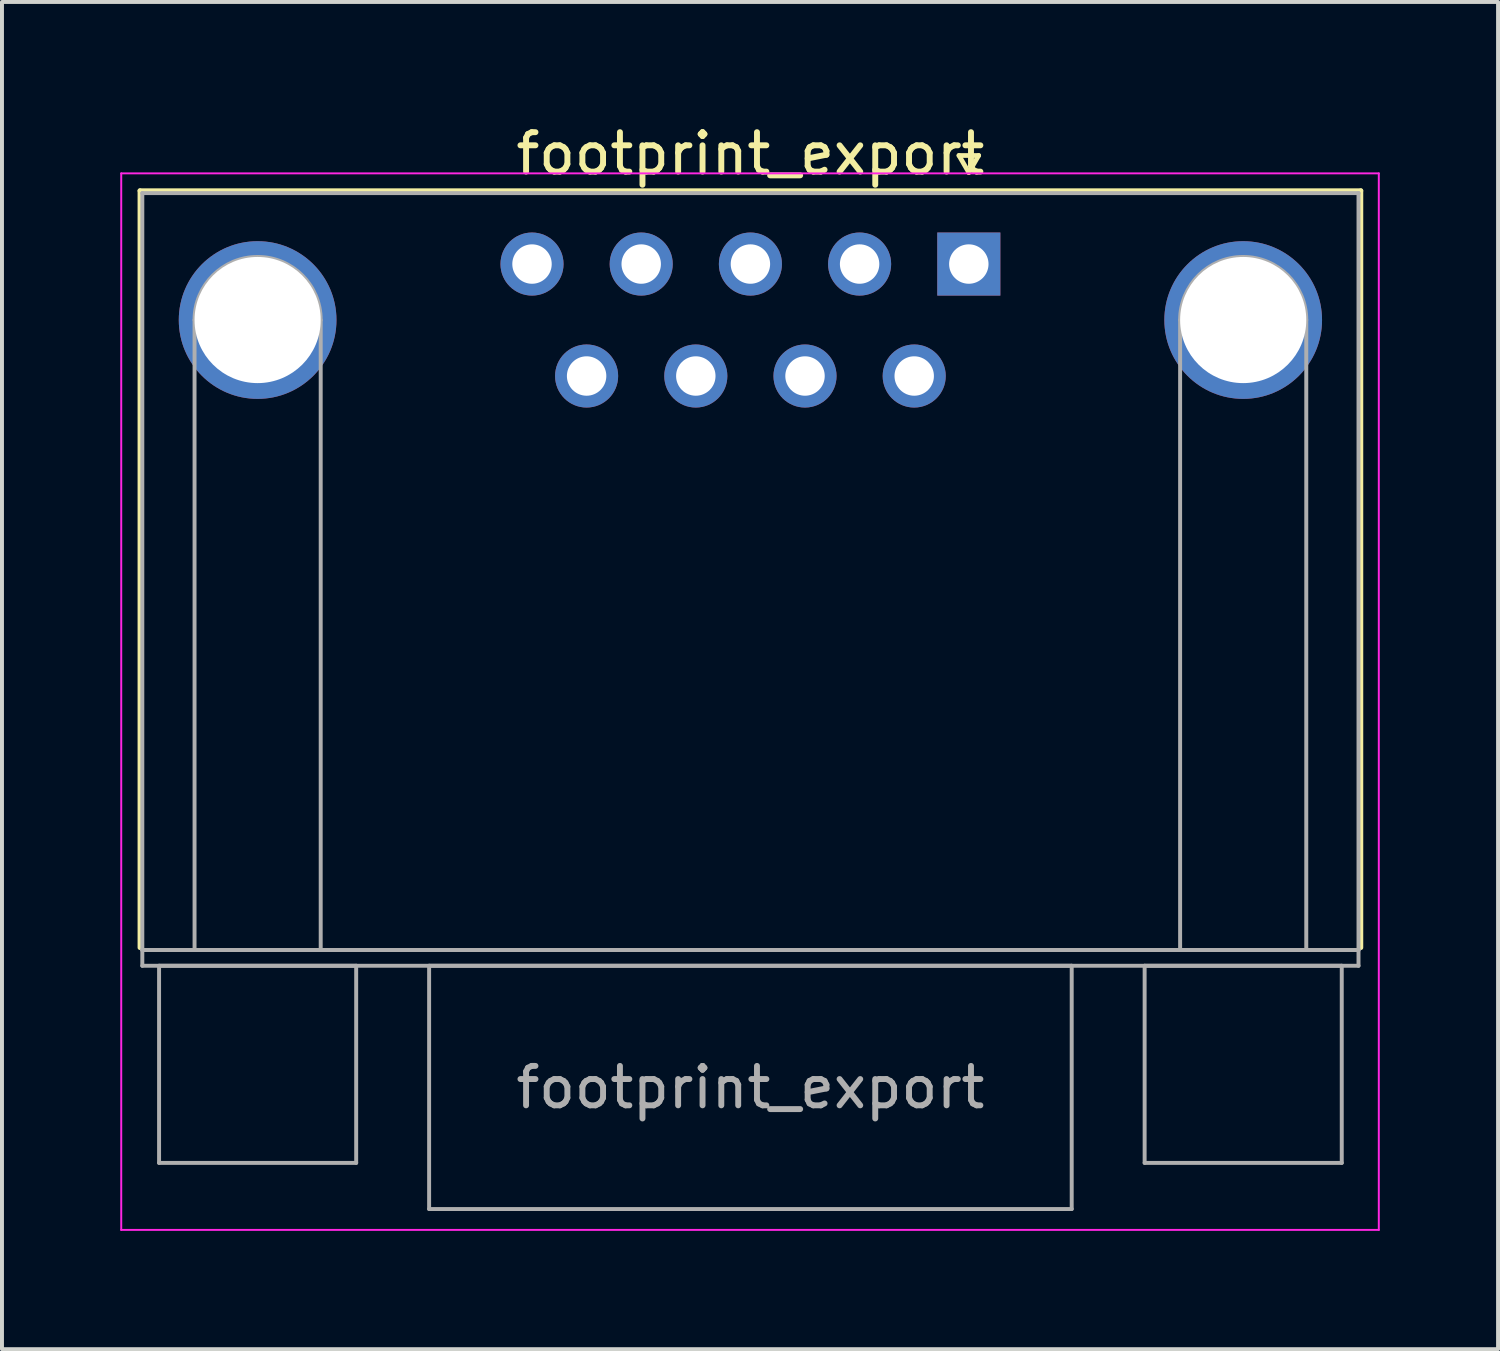
<source format=kicad_pcb>
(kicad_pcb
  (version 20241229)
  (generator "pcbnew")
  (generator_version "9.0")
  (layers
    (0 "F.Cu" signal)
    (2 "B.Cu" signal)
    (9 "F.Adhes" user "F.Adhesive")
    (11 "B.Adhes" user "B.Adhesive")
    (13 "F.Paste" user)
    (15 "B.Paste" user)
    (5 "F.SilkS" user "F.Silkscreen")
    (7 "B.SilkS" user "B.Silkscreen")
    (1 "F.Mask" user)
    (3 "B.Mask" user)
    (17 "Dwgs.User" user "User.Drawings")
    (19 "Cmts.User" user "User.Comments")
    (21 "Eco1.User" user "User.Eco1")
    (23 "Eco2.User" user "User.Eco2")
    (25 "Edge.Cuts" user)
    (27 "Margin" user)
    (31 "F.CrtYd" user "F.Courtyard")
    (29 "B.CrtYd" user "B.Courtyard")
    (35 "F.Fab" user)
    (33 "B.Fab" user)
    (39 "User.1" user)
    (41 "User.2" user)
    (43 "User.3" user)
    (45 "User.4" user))
  (footprint "footprint_export"
    (layer "F.Cu")
    (at 21.525 3.648)
    (property "Reference" "footprint_export" (at -5.54 -2.8 0) (layer "F.SilkS") (effects (font (size 1 1) (thickness 0.15))))
    (attr through_hole)
    (fp_line (start -21.025 -1.86) (end 9.945 -1.86) (stroke (width 0.12) (type solid)) (layer "F.SilkS"))
    (fp_line (start -21.025 17.34) (end -21.025 -1.86) (stroke (width 0.12) (type solid)) (layer "F.SilkS"))
    (fp_line (start -0.25 -2.754) (end 0.25 -2.754) (stroke (width 0.12) (type solid)) (layer "F.SilkS"))
    (fp_line (start 0 -2.321) (end -0.25 -2.754) (stroke (width 0.12) (type solid)) (layer "F.SilkS"))
    (fp_line (start 0.25 -2.754) (end 0 -2.321) (stroke (width 0.12) (type solid)) (layer "F.SilkS"))
    (fp_line (start 9.945 -1.86) (end 9.945 17.34) (stroke (width 0.12) (type solid)) (layer "F.SilkS"))
    (fp_line (start -21.5 -2.3) (end -21.5 24.5) (stroke (width 0.05) (type solid)) (layer "F.CrtYd"))
    (fp_line (start -21.5 24.5) (end 10.4 24.5) (stroke (width 0.05) (type solid)) (layer "F.CrtYd"))
    (fp_line (start 10.4 -2.3) (end -21.5 -2.3) (stroke (width 0.05) (type solid)) (layer "F.CrtYd"))
    (fp_line (start 10.4 24.5) (end 10.4 -2.3) (stroke (width 0.05) (type solid)) (layer "F.CrtYd"))
    (fp_line (start -20.965 -1.8) (end -20.965 17.4) (stroke (width 0.1) (type solid)) (layer "F.Fab"))
    (fp_line (start -20.965 17.4) (end -20.965 17.8) (stroke (width 0.1) (type solid)) (layer "F.Fab"))
    (fp_line (start -20.965 17.4) (end 9.885 17.4) (stroke (width 0.1) (type solid)) (layer "F.Fab"))
    (fp_line (start -20.965 17.8) (end 9.885 17.8) (stroke (width 0.1) (type solid)) (layer "F.Fab"))
    (fp_line (start -20.54 17.8) (end -20.54 22.8) (stroke (width 0.1) (type solid)) (layer "F.Fab"))
    (fp_line (start -20.54 22.8) (end -15.54 22.8) (stroke (width 0.1) (type solid)) (layer "F.Fab"))
    (fp_line (start -19.64 17.4) (end -19.64 1.42) (stroke (width 0.1) (type solid)) (layer "F.Fab"))
    (fp_line (start -16.44 17.4) (end -16.44 1.42) (stroke (width 0.1) (type solid)) (layer "F.Fab"))
    (fp_line (start -15.54 17.8) (end -20.54 17.8) (stroke (width 0.1) (type solid)) (layer "F.Fab"))
    (fp_line (start -15.54 22.8) (end -15.54 17.8) (stroke (width 0.1) (type solid)) (layer "F.Fab"))
    (fp_line (start -13.69 17.8) (end -13.69 23.97) (stroke (width 0.1) (type solid)) (layer "F.Fab"))
    (fp_line (start -13.69 23.97) (end 2.61 23.97) (stroke (width 0.1) (type solid)) (layer "F.Fab"))
    (fp_line (start 2.61 17.8) (end -13.69 17.8) (stroke (width 0.1) (type solid)) (layer "F.Fab"))
    (fp_line (start 2.61 23.97) (end 2.61 17.8) (stroke (width 0.1) (type solid)) (layer "F.Fab"))
    (fp_line (start 4.46 17.8) (end 4.46 22.8) (stroke (width 0.1) (type solid)) (layer "F.Fab"))
    (fp_line (start 4.46 22.8) (end 9.46 22.8) (stroke (width 0.1) (type solid)) (layer "F.Fab"))
    (fp_line (start 5.36 17.4) (end 5.36 1.42) (stroke (width 0.1) (type solid)) (layer "F.Fab"))
    (fp_line (start 8.56 17.4) (end 8.56 1.42) (stroke (width 0.1) (type solid)) (layer "F.Fab"))
    (fp_line (start 9.46 17.8) (end 4.46 17.8) (stroke (width 0.1) (type solid)) (layer "F.Fab"))
    (fp_line (start 9.46 22.8) (end 9.46 17.8) (stroke (width 0.1) (type solid)) (layer "F.Fab"))
    (fp_line (start 9.885 -1.8) (end -20.965 -1.8) (stroke (width 0.1) (type solid)) (layer "F.Fab"))
    (fp_line (start 9.885 17.4) (end -20.965 17.4) (stroke (width 0.1) (type solid)) (layer "F.Fab"))
    (fp_line (start 9.885 17.4) (end 9.885 -1.8) (stroke (width 0.1) (type solid)) (layer "F.Fab"))
    (fp_line (start 9.885 17.8) (end 9.885 17.4) (stroke (width 0.1) (type solid)) (layer "F.Fab"))
    (fp_arc (start -19.64 1.42) (mid -18.04 -0.18) (end -16.44 1.42) (stroke (width 0.1) (type solid)) (layer "F.Fab"))
    (fp_arc (start 5.36 1.42) (mid 6.96 -0.18) (end 8.56 1.42) (stroke (width 0.1) (type solid)) (layer "F.Fab"))
    (fp_text user "${REFERENCE}" (at -5.54 20.885 0) (layer "F.Fab") (effects (font (size 1 1) (thickness 0.15))))
    (pad "0" thru_hole circle (at -18.04 1.42) (size 4 4) (drill 3.2) (layers "*.Cu" "*.Mask"))
    (pad "0" thru_hole circle (at 6.96 1.42) (size 4 4) (drill 3.2) (layers "*.Cu" "*.Mask"))
    (pad "1" thru_hole rect (at 0 0) (size 1.6 1.6) (drill 1) (layers "*.Cu" "*.Mask"))
    (pad "2" thru_hole circle (at -2.77 0) (size 1.6 1.6) (drill 1) (layers "*.Cu" "*.Mask"))
    (pad "3" thru_hole circle (at -5.54 0) (size 1.6 1.6) (drill 1) (layers "*.Cu" "*.Mask"))
    (pad "4" thru_hole circle (at -8.31 0) (size 1.6 1.6) (drill 1) (layers "*.Cu" "*.Mask"))
    (pad "5" thru_hole circle (at -11.08 0) (size 1.6 1.6) (drill 1) (layers "*.Cu" "*.Mask"))
    (pad "6" thru_hole circle (at -1.385 2.84) (size 1.6 1.6) (drill 1) (layers "*.Cu" "*.Mask"))
    (pad "7" thru_hole circle (at -4.155 2.84) (size 1.6 1.6) (drill 1) (layers "*.Cu" "*.Mask"))
    (pad "8" thru_hole circle (at -6.925 2.84) (size 1.6 1.6) (drill 1) (layers "*.Cu" "*.Mask"))
    (pad "9" thru_hole circle (at -9.695 2.84) (size 1.6 1.6) (drill 1) (layers "*.Cu" "*.Mask")))
  (gr_rect
    (start -3 -3)
    (end 34.95 31.173)
    (stroke (width 0.1) (type default))
    (fill no)
    (layer "Edge.Cuts")))
</source>
